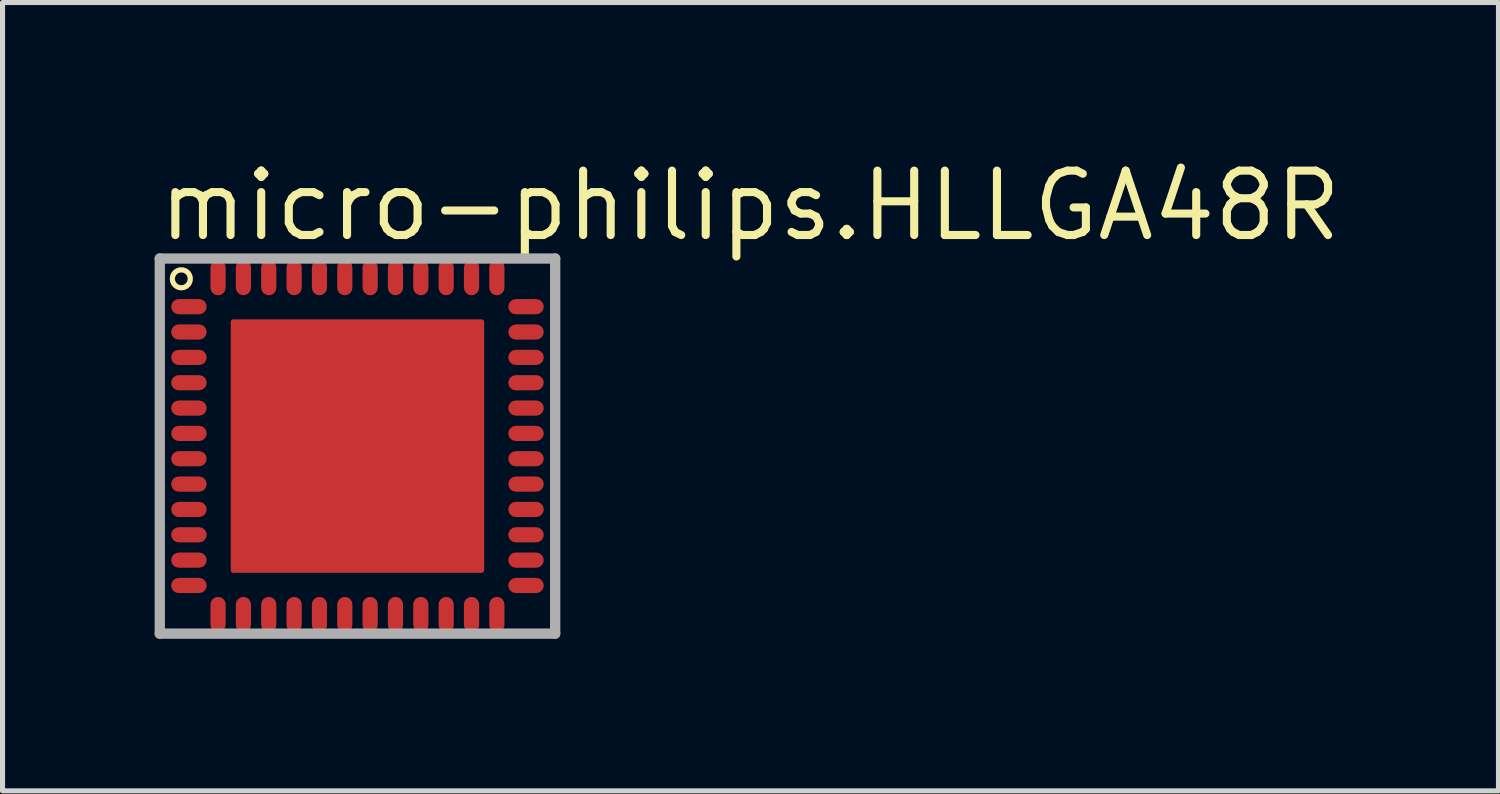
<source format=kicad_pcb>
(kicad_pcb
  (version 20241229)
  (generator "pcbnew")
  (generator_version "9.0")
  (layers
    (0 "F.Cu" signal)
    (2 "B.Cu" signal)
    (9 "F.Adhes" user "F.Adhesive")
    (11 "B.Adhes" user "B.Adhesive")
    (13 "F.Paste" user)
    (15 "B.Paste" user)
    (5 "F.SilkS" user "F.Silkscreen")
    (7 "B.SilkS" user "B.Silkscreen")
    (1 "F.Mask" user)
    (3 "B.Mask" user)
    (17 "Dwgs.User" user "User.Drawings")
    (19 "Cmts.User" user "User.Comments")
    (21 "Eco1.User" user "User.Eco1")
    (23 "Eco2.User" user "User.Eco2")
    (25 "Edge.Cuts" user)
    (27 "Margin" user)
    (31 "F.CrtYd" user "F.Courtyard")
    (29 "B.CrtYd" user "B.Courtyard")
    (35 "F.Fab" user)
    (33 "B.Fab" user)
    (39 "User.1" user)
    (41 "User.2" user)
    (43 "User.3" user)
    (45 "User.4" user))
  (footprint "micro-philips.HLLGA48R"
    (layer "F.Cu")
    (at 4.002 5.75)
    (property "Reference" "micro-philips.HLLGA48R" (at -4 -4 0) (layer "F.SilkS") (effects (font (size 1.27 1.27) (thickness 0.16)) (justify left bottom)))
    (attr smd)
    (fp_circle (center -3.475 -3.3) (end -3.298 -3.3) (stroke (width 0.1) (type default)) (fill no) (layer "F.Cu"))
    (fp_rect (start -3.7 -2.575) (end -2.95 -2.925) (stroke (width 0.05) (type default)) (fill yes) (layer "F.Mask"))
    (fp_rect (start -3.7 -2.075) (end -2.95 -2.425) (stroke (width 0.05) (type default)) (fill yes) (layer "F.Mask"))
    (fp_rect (start -3.7 -1.575) (end -2.95 -1.925) (stroke (width 0.05) (type default)) (fill yes) (layer "F.Mask"))
    (fp_rect (start -3.7 -1.075) (end -2.95 -1.425) (stroke (width 0.05) (type default)) (fill yes) (layer "F.Mask"))
    (fp_rect (start -3.7 -0.575) (end -2.95 -0.925) (stroke (width 0.05) (type default)) (fill yes) (layer "F.Mask"))
    (fp_rect (start -3.7 -0.075) (end -2.95 -0.425) (stroke (width 0.05) (type default)) (fill yes) (layer "F.Mask"))
    (fp_rect (start -3.7 0.425) (end -2.95 0.075) (stroke (width 0.05) (type default)) (fill yes) (layer "F.Mask"))
    (fp_rect (start -3.7 0.925) (end -2.95 0.575) (stroke (width 0.05) (type default)) (fill yes) (layer "F.Mask"))
    (fp_rect (start -3.7 1.425) (end -2.95 1.075) (stroke (width 0.05) (type default)) (fill yes) (layer "F.Mask"))
    (fp_rect (start -3.7 1.925) (end -2.95 1.575) (stroke (width 0.05) (type default)) (fill yes) (layer "F.Mask"))
    (fp_rect (start -3.7 2.425) (end -2.95 2.075) (stroke (width 0.05) (type default)) (fill yes) (layer "F.Mask"))
    (fp_rect (start -3.7 2.925) (end -2.95 2.575) (stroke (width 0.05) (type default)) (fill yes) (layer "F.Mask"))
    (fp_rect (start -2.925 -2.95) (end -2.575 -3.7) (stroke (width 0.05) (type default)) (fill yes) (layer "F.Mask"))
    (fp_rect (start -2.925 3.7) (end -2.575 2.95) (stroke (width 0.05) (type default)) (fill yes) (layer "F.Mask"))
    (fp_rect (start -2.425 -2.95) (end -2.075 -3.7) (stroke (width 0.05) (type default)) (fill yes) (layer "F.Mask"))
    (fp_rect (start -2.425 3.7) (end -2.075 2.95) (stroke (width 0.05) (type default)) (fill yes) (layer "F.Mask"))
    (fp_rect (start -1.925 -2.95) (end -1.575 -3.7) (stroke (width 0.05) (type default)) (fill yes) (layer "F.Mask"))
    (fp_rect (start -1.925 3.7) (end -1.575 2.95) (stroke (width 0.05) (type default)) (fill yes) (layer "F.Mask"))
    (fp_rect (start -1.425 -2.95) (end -1.075 -3.7) (stroke (width 0.05) (type default)) (fill yes) (layer "F.Mask"))
    (fp_rect (start -1.425 3.7) (end -1.075 2.95) (stroke (width 0.05) (type default)) (fill yes) (layer "F.Mask"))
    (fp_rect (start -0.925 -2.95) (end -0.575 -3.7) (stroke (width 0.05) (type default)) (fill yes) (layer "F.Mask"))
    (fp_rect (start -0.925 3.7) (end -0.575 2.95) (stroke (width 0.05) (type default)) (fill yes) (layer "F.Mask"))
    (fp_rect (start -0.425 -2.95) (end -0.075 -3.7) (stroke (width 0.05) (type default)) (fill yes) (layer "F.Mask"))
    (fp_rect (start -0.425 3.7) (end -0.075 2.95) (stroke (width 0.05) (type default)) (fill yes) (layer "F.Mask"))
    (fp_rect (start 0.075 -2.95) (end 0.425 -3.7) (stroke (width 0.05) (type default)) (fill yes) (layer "F.Mask"))
    (fp_rect (start 0.075 3.7) (end 0.425 2.95) (stroke (width 0.05) (type default)) (fill yes) (layer "F.Mask"))
    (fp_rect (start 0.575 -2.95) (end 0.925 -3.7) (stroke (width 0.05) (type default)) (fill yes) (layer "F.Mask"))
    (fp_rect (start 0.575 3.7) (end 0.925 2.95) (stroke (width 0.05) (type default)) (fill yes) (layer "F.Mask"))
    (fp_rect (start 1.075 -2.95) (end 1.425 -3.7) (stroke (width 0.05) (type default)) (fill yes) (layer "F.Mask"))
    (fp_rect (start 1.075 3.7) (end 1.425 2.95) (stroke (width 0.05) (type default)) (fill yes) (layer "F.Mask"))
    (fp_rect (start 1.575 -2.95) (end 1.925 -3.7) (stroke (width 0.05) (type default)) (fill yes) (layer "F.Mask"))
    (fp_rect (start 1.575 3.7) (end 1.925 2.95) (stroke (width 0.05) (type default)) (fill yes) (layer "F.Mask"))
    (fp_rect (start 2.075 -2.95) (end 2.425 -3.7) (stroke (width 0.05) (type default)) (fill yes) (layer "F.Mask"))
    (fp_rect (start 2.075 3.7) (end 2.425 2.95) (stroke (width 0.05) (type default)) (fill yes) (layer "F.Mask"))
    (fp_rect (start 2.575 -2.95) (end 2.925 -3.7) (stroke (width 0.05) (type default)) (fill yes) (layer "F.Mask"))
    (fp_rect (start 2.575 3.7) (end 2.925 2.95) (stroke (width 0.05) (type default)) (fill yes) (layer "F.Mask"))
    (fp_rect (start 2.95 -2.575) (end 3.7 -2.925) (stroke (width 0.05) (type default)) (fill yes) (layer "F.Mask"))
    (fp_rect (start 2.95 -2.075) (end 3.7 -2.425) (stroke (width 0.05) (type default)) (fill yes) (layer "F.Mask"))
    (fp_rect (start 2.95 -1.575) (end 3.7 -1.925) (stroke (width 0.05) (type default)) (fill yes) (layer "F.Mask"))
    (fp_rect (start 2.95 -1.075) (end 3.7 -1.425) (stroke (width 0.05) (type default)) (fill yes) (layer "F.Mask"))
    (fp_rect (start 2.95 -0.575) (end 3.7 -0.925) (stroke (width 0.05) (type default)) (fill yes) (layer "F.Mask"))
    (fp_rect (start 2.95 -0.075) (end 3.7 -0.425) (stroke (width 0.05) (type default)) (fill yes) (layer "F.Mask"))
    (fp_rect (start 2.95 0.425) (end 3.7 0.075) (stroke (width 0.05) (type default)) (fill yes) (layer "F.Mask"))
    (fp_rect (start 2.95 0.925) (end 3.7 0.575) (stroke (width 0.05) (type default)) (fill yes) (layer "F.Mask"))
    (fp_rect (start 2.95 1.425) (end 3.7 1.075) (stroke (width 0.05) (type default)) (fill yes) (layer "F.Mask"))
    (fp_rect (start 2.95 1.925) (end 3.7 1.575) (stroke (width 0.05) (type default)) (fill yes) (layer "F.Mask"))
    (fp_rect (start 2.95 2.425) (end 3.7 2.075) (stroke (width 0.05) (type default)) (fill yes) (layer "F.Mask"))
    (fp_rect (start 2.95 2.925) (end 3.7 2.575) (stroke (width 0.05) (type default)) (fill yes) (layer "F.Mask"))
    (fp_circle (center -3.475 -3.3) (end -3.298 -3.3) (stroke (width 0.1) (type default)) (fill no) (layer "F.SilkS"))
    (fp_rect (start -3.6 -2.625) (end -3.025 -2.875) (stroke (width 0.05) (type default)) (fill yes) (layer "F.Paste"))
    (fp_rect (start -3.6 -2.125) (end -3.025 -2.375) (stroke (width 0.05) (type default)) (fill yes) (layer "F.Paste"))
    (fp_rect (start -3.6 -1.625) (end -3.025 -1.875) (stroke (width 0.05) (type default)) (fill yes) (layer "F.Paste"))
    (fp_rect (start -3.6 -1.125) (end -3.025 -1.375) (stroke (width 0.05) (type default)) (fill yes) (layer "F.Paste"))
    (fp_rect (start -3.6 -0.625) (end -3.025 -0.875) (stroke (width 0.05) (type default)) (fill yes) (layer "F.Paste"))
    (fp_rect (start -3.6 -0.125) (end -3.025 -0.375) (stroke (width 0.05) (type default)) (fill yes) (layer "F.Paste"))
    (fp_rect (start -3.6 0.375) (end -3.025 0.125) (stroke (width 0.05) (type default)) (fill yes) (layer "F.Paste"))
    (fp_rect (start -3.6 0.875) (end -3.025 0.625) (stroke (width 0.05) (type default)) (fill yes) (layer "F.Paste"))
    (fp_rect (start -3.6 1.375) (end -3.025 1.125) (stroke (width 0.05) (type default)) (fill yes) (layer "F.Paste"))
    (fp_rect (start -3.6 1.875) (end -3.025 1.625) (stroke (width 0.05) (type default)) (fill yes) (layer "F.Paste"))
    (fp_rect (start -3.6 2.375) (end -3.025 2.125) (stroke (width 0.05) (type default)) (fill yes) (layer "F.Paste"))
    (fp_rect (start -3.6 2.875) (end -3.025 2.625) (stroke (width 0.05) (type default)) (fill yes) (layer "F.Paste"))
    (fp_rect (start -2.875 -3.025) (end -2.625 -3.6) (stroke (width 0.05) (type default)) (fill yes) (layer "F.Paste"))
    (fp_rect (start -2.875 3.6) (end -2.625 3.025) (stroke (width 0.05) (type default)) (fill yes) (layer "F.Paste"))
    (fp_rect (start -2.375 -3.025) (end -2.125 -3.6) (stroke (width 0.05) (type default)) (fill yes) (layer "F.Paste"))
    (fp_rect (start -2.375 3.6) (end -2.125 3.025) (stroke (width 0.05) (type default)) (fill yes) (layer "F.Paste"))
    (fp_rect (start -1.875 -3.025) (end -1.625 -3.6) (stroke (width 0.05) (type default)) (fill yes) (layer "F.Paste"))
    (fp_rect (start -1.875 3.6) (end -1.625 3.025) (stroke (width 0.05) (type default)) (fill yes) (layer "F.Paste"))
    (fp_rect (start -1.375 -3.025) (end -1.125 -3.6) (stroke (width 0.05) (type default)) (fill yes) (layer "F.Paste"))
    (fp_rect (start -1.375 3.6) (end -1.125 3.025) (stroke (width 0.05) (type default)) (fill yes) (layer "F.Paste"))
    (fp_rect (start -0.875 -3.025) (end -0.625 -3.6) (stroke (width 0.05) (type default)) (fill yes) (layer "F.Paste"))
    (fp_rect (start -0.875 3.6) (end -0.625 3.025) (stroke (width 0.05) (type default)) (fill yes) (layer "F.Paste"))
    (fp_rect (start -0.375 -3.025) (end -0.125 -3.6) (stroke (width 0.05) (type default)) (fill yes) (layer "F.Paste"))
    (fp_rect (start -0.375 3.6) (end -0.125 3.025) (stroke (width 0.05) (type default)) (fill yes) (layer "F.Paste"))
    (fp_rect (start 0.125 -3.025) (end 0.375 -3.6) (stroke (width 0.05) (type default)) (fill yes) (layer "F.Paste"))
    (fp_rect (start 0.125 3.6) (end 0.375 3.025) (stroke (width 0.05) (type default)) (fill yes) (layer "F.Paste"))
    (fp_rect (start 0.625 -3.025) (end 0.875 -3.6) (stroke (width 0.05) (type default)) (fill yes) (layer "F.Paste"))
    (fp_rect (start 0.625 3.6) (end 0.875 3.025) (stroke (width 0.05) (type default)) (fill yes) (layer "F.Paste"))
    (fp_rect (start 1.125 -3.025) (end 1.375 -3.6) (stroke (width 0.05) (type default)) (fill yes) (layer "F.Paste"))
    (fp_rect (start 1.125 3.6) (end 1.375 3.025) (stroke (width 0.05) (type default)) (fill yes) (layer "F.Paste"))
    (fp_rect (start 1.625 -3.025) (end 1.875 -3.6) (stroke (width 0.05) (type default)) (fill yes) (layer "F.Paste"))
    (fp_rect (start 1.625 3.6) (end 1.875 3.025) (stroke (width 0.05) (type default)) (fill yes) (layer "F.Paste"))
    (fp_rect (start 2.125 -3.025) (end 2.375 -3.6) (stroke (width 0.05) (type default)) (fill yes) (layer "F.Paste"))
    (fp_rect (start 2.125 3.6) (end 2.375 3.025) (stroke (width 0.05) (type default)) (fill yes) (layer "F.Paste"))
    (fp_rect (start 2.625 -3.025) (end 2.875 -3.6) (stroke (width 0.05) (type default)) (fill yes) (layer "F.Paste"))
    (fp_rect (start 2.625 3.6) (end 2.875 3.025) (stroke (width 0.05) (type default)) (fill yes) (layer "F.Paste"))
    (fp_rect (start 3.025 -2.625) (end 3.6 -2.875) (stroke (width 0.05) (type default)) (fill yes) (layer "F.Paste"))
    (fp_rect (start 3.025 -2.125) (end 3.6 -2.375) (stroke (width 0.05) (type default)) (fill yes) (layer "F.Paste"))
    (fp_rect (start 3.025 -1.625) (end 3.6 -1.875) (stroke (width 0.05) (type default)) (fill yes) (layer "F.Paste"))
    (fp_rect (start 3.025 -1.125) (end 3.6 -1.375) (stroke (width 0.05) (type default)) (fill yes) (layer "F.Paste"))
    (fp_rect (start 3.025 -0.625) (end 3.6 -0.875) (stroke (width 0.05) (type default)) (fill yes) (layer "F.Paste"))
    (fp_rect (start 3.025 -0.125) (end 3.6 -0.375) (stroke (width 0.05) (type default)) (fill yes) (layer "F.Paste"))
    (fp_rect (start 3.025 0.375) (end 3.6 0.125) (stroke (width 0.05) (type default)) (fill yes) (layer "F.Paste"))
    (fp_rect (start 3.025 0.875) (end 3.6 0.625) (stroke (width 0.05) (type default)) (fill yes) (layer "F.Paste"))
    (fp_rect (start 3.025 1.375) (end 3.6 1.125) (stroke (width 0.05) (type default)) (fill yes) (layer "F.Paste"))
    (fp_rect (start 3.025 1.875) (end 3.6 1.625) (stroke (width 0.05) (type default)) (fill yes) (layer "F.Paste"))
    (fp_rect (start 3.025 2.375) (end 3.6 2.125) (stroke (width 0.05) (type default)) (fill yes) (layer "F.Paste"))
    (fp_rect (start 3.025 2.875) (end 3.6 2.625) (stroke (width 0.05) (type default)) (fill yes) (layer "F.Paste"))
    (fp_line (start -3.9 -3.7) (end 3.9 -3.7) (stroke (width 0.203) (type default)) (layer "F.Fab"))
    (fp_line (start -3.9 3.7) (end -3.9 -3.7) (stroke (width 0.203) (type default)) (layer "F.Fab"))
    (fp_line (start 3.9 -3.7) (end 3.9 3.7) (stroke (width 0.203) (type default)) (layer "F.Fab"))
    (fp_line (start 3.9 3.7) (end -3.9 3.7) (stroke (width 0.203) (type default)) (layer "F.Fab"))
    (pad "1" smd roundrect (at -3.325 -2.75) (size 0.7 0.3) (layers "F.Cu" "F.Mask" "F.Paste") (roundrect_rratio 0.5))
    (pad "2" smd roundrect (at -3.325 -2.25) (size 0.7 0.3) (layers "F.Cu" "F.Mask" "F.Paste") (roundrect_rratio 0.5))
    (pad "3" smd roundrect (at -3.325 -1.75) (size 0.7 0.3) (layers "F.Cu" "F.Mask" "F.Paste") (roundrect_rratio 0.5))
    (pad "4" smd roundrect (at -3.325 -1.25) (size 0.7 0.3) (layers "F.Cu" "F.Mask" "F.Paste") (roundrect_rratio 0.5))
    (pad "5" smd roundrect (at -3.325 -0.75) (size 0.7 0.3) (layers "F.Cu" "F.Mask" "F.Paste") (roundrect_rratio 0.5))
    (pad "6" smd roundrect (at -3.325 -0.25) (size 0.7 0.3) (layers "F.Cu" "F.Mask" "F.Paste") (roundrect_rratio 0.5))
    (pad "7" smd roundrect (at -3.325 0.25) (size 0.7 0.3) (layers "F.Cu" "F.Mask" "F.Paste") (roundrect_rratio 0.5))
    (pad "8" smd roundrect (at -3.325 0.75) (size 0.7 0.3) (layers "F.Cu" "F.Mask" "F.Paste") (roundrect_rratio 0.5))
    (pad "9" smd roundrect (at -3.325 1.25) (size 0.7 0.3) (layers "F.Cu" "F.Mask" "F.Paste") (roundrect_rratio 0.5))
    (pad "10" smd roundrect (at -3.325 1.75) (size 0.7 0.3) (layers "F.Cu" "F.Mask" "F.Paste") (roundrect_rratio 0.5))
    (pad "11" smd roundrect (at -3.325 2.25) (size 0.7 0.3) (layers "F.Cu" "F.Mask" "F.Paste") (roundrect_rratio 0.5))
    (pad "12" smd roundrect (at -3.325 2.75) (size 0.7 0.3) (layers "F.Cu" "F.Mask" "F.Paste") (roundrect_rratio 0.5))
    (pad "13" smd roundrect (at -2.75 3.325 90) (size 0.7 0.3) (layers "F.Cu" "F.Mask" "F.Paste") (roundrect_rratio 0.5))
    (pad "14" smd roundrect (at -2.25 3.325 90) (size 0.7 0.3) (layers "F.Cu" "F.Mask" "F.Paste") (roundrect_rratio 0.5))
    (pad "15" smd roundrect (at -1.75 3.325 90) (size 0.7 0.3) (layers "F.Cu" "F.Mask" "F.Paste") (roundrect_rratio 0.5))
    (pad "16" smd roundrect (at -1.25 3.325 90) (size 0.7 0.3) (layers "F.Cu" "F.Mask" "F.Paste") (roundrect_rratio 0.5))
    (pad "17" smd roundrect (at -0.75 3.325 90) (size 0.7 0.3) (layers "F.Cu" "F.Mask" "F.Paste") (roundrect_rratio 0.5))
    (pad "18" smd roundrect (at -0.25 3.325 90) (size 0.7 0.3) (layers "F.Cu" "F.Mask" "F.Paste") (roundrect_rratio 0.5))
    (pad "19" smd roundrect (at 0.25 3.325 90) (size 0.7 0.3) (layers "F.Cu" "F.Mask" "F.Paste") (roundrect_rratio 0.5))
    (pad "20" smd roundrect (at 0.75 3.325 90) (size 0.7 0.3) (layers "F.Cu" "F.Mask" "F.Paste") (roundrect_rratio 0.5))
    (pad "21" smd roundrect (at 1.25 3.325 90) (size 0.7 0.3) (layers "F.Cu" "F.Mask" "F.Paste") (roundrect_rratio 0.5))
    (pad "22" smd roundrect (at 1.75 3.325 90) (size 0.7 0.3) (layers "F.Cu" "F.Mask" "F.Paste") (roundrect_rratio 0.5))
    (pad "23" smd roundrect (at 2.25 3.325 90) (size 0.7 0.3) (layers "F.Cu" "F.Mask" "F.Paste") (roundrect_rratio 0.5))
    (pad "24" smd roundrect (at 2.75 3.325 90) (size 0.7 0.3) (layers "F.Cu" "F.Mask" "F.Paste") (roundrect_rratio 0.5))
    (pad "25" smd roundrect (at 3.325 2.75 180) (size 0.7 0.3) (layers "F.Cu" "F.Mask" "F.Paste") (roundrect_rratio 0.5))
    (pad "26" smd roundrect (at 3.325 2.25 180) (size 0.7 0.3) (layers "F.Cu" "F.Mask" "F.Paste") (roundrect_rratio 0.5))
    (pad "27" smd roundrect (at 3.325 1.75 180) (size 0.7 0.3) (layers "F.Cu" "F.Mask" "F.Paste") (roundrect_rratio 0.5))
    (pad "28" smd roundrect (at 3.325 1.25 180) (size 0.7 0.3) (layers "F.Cu" "F.Mask" "F.Paste") (roundrect_rratio 0.5))
    (pad "29" smd roundrect (at 3.325 0.75 180) (size 0.7 0.3) (layers "F.Cu" "F.Mask" "F.Paste") (roundrect_rratio 0.5))
    (pad "30" smd roundrect (at 3.325 0.25 180) (size 0.7 0.3) (layers "F.Cu" "F.Mask" "F.Paste") (roundrect_rratio 0.5))
    (pad "31" smd roundrect (at 3.325 -0.25 180) (size 0.7 0.3) (layers "F.Cu" "F.Mask" "F.Paste") (roundrect_rratio 0.5))
    (pad "32" smd roundrect (at 3.325 -0.75 180) (size 0.7 0.3) (layers "F.Cu" "F.Mask" "F.Paste") (roundrect_rratio 0.5))
    (pad "33" smd roundrect (at 3.325 -1.25 180) (size 0.7 0.3) (layers "F.Cu" "F.Mask" "F.Paste") (roundrect_rratio 0.5))
    (pad "34" smd roundrect (at 3.325 -1.75 180) (size 0.7 0.3) (layers "F.Cu" "F.Mask" "F.Paste") (roundrect_rratio 0.5))
    (pad "35" smd roundrect (at 3.325 -2.25 180) (size 0.7 0.3) (layers "F.Cu" "F.Mask" "F.Paste") (roundrect_rratio 0.5))
    (pad "36" smd roundrect (at 3.325 -2.75 180) (size 0.7 0.3) (layers "F.Cu" "F.Mask" "F.Paste") (roundrect_rratio 0.5))
    (pad "37" smd roundrect (at 2.75 -3.325 270) (size 0.7 0.3) (layers "F.Cu" "F.Mask" "F.Paste") (roundrect_rratio 0.5))
    (pad "38" smd roundrect (at 2.25 -3.325 270) (size 0.7 0.3) (layers "F.Cu" "F.Mask" "F.Paste") (roundrect_rratio 0.5))
    (pad "39" smd roundrect (at 1.75 -3.325 270) (size 0.7 0.3) (layers "F.Cu" "F.Mask" "F.Paste") (roundrect_rratio 0.5))
    (pad "40" smd roundrect (at 1.25 -3.325 270) (size 0.7 0.3) (layers "F.Cu" "F.Mask" "F.Paste") (roundrect_rratio 0.5))
    (pad "41" smd roundrect (at 0.75 -3.325 270) (size 0.7 0.3) (layers "F.Cu" "F.Mask" "F.Paste") (roundrect_rratio 0.5))
    (pad "42" smd roundrect (at 0.25 -3.325 270) (size 0.7 0.3) (layers "F.Cu" "F.Mask" "F.Paste") (roundrect_rratio 0.5))
    (pad "43" smd roundrect (at -0.25 -3.325 270) (size 0.7 0.3) (layers "F.Cu" "F.Mask" "F.Paste") (roundrect_rratio 0.5))
    (pad "44" smd roundrect (at -0.75 -3.325 270) (size 0.7 0.3) (layers "F.Cu" "F.Mask" "F.Paste") (roundrect_rratio 0.5))
    (pad "45" smd roundrect (at -1.25 -3.325 270) (size 0.7 0.3) (layers "F.Cu" "F.Mask" "F.Paste") (roundrect_rratio 0.5))
    (pad "46" smd roundrect (at -1.75 -3.325 270) (size 0.7 0.3) (layers "F.Cu" "F.Mask" "F.Paste") (roundrect_rratio 0.5))
    (pad "47" smd roundrect (at -2.25 -3.325 270) (size 0.7 0.3) (layers "F.Cu" "F.Mask" "F.Paste") (roundrect_rratio 0.5))
    (pad "48" smd roundrect (at -2.75 -3.325 270) (size 0.7 0.3) (layers "F.Cu" "F.Mask" "F.Paste") (roundrect_rratio 0.5))
    (pad "EX" smd roundrect (at 0 0) (size 5 5) (layers "F.Cu" "F.Mask" "F.Paste") (roundrect_rratio 0.01)))
  (gr_rect
    (start -3 -3)
    (end 26.511 12.552)
    (stroke (width 0.1) (type default))
    (fill no)
    (layer "Edge.Cuts")))
</source>
